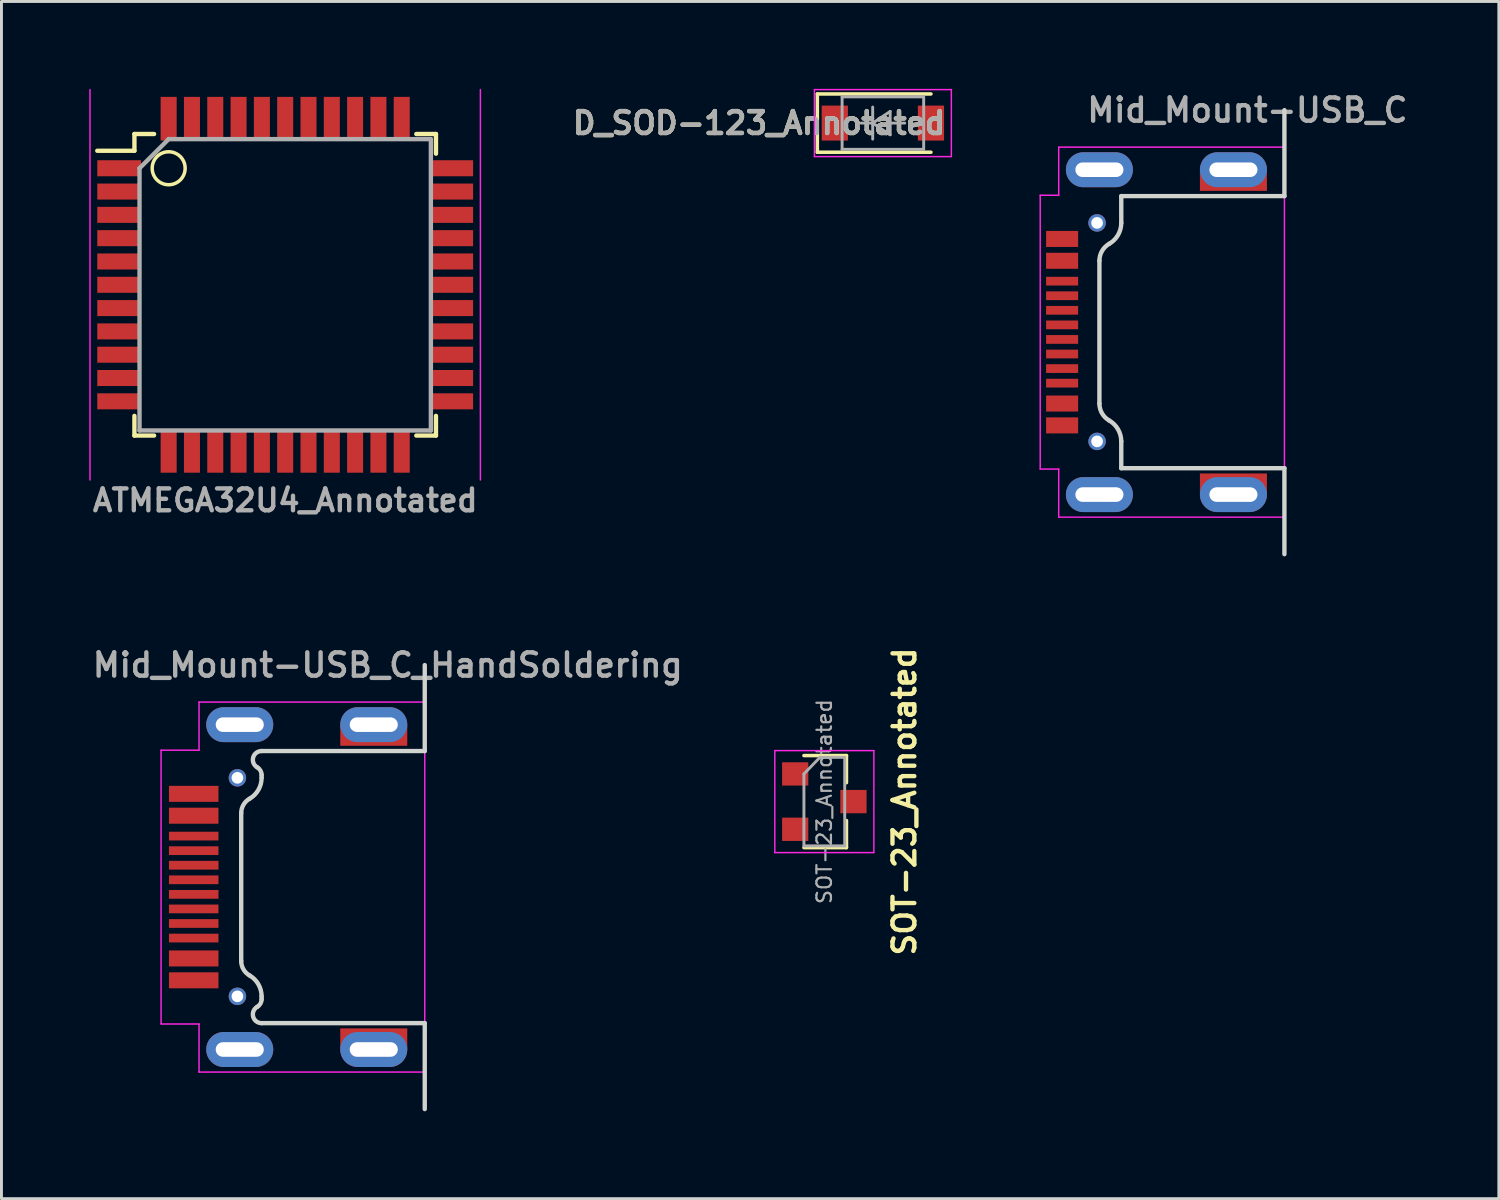
<source format=kicad_pcb>
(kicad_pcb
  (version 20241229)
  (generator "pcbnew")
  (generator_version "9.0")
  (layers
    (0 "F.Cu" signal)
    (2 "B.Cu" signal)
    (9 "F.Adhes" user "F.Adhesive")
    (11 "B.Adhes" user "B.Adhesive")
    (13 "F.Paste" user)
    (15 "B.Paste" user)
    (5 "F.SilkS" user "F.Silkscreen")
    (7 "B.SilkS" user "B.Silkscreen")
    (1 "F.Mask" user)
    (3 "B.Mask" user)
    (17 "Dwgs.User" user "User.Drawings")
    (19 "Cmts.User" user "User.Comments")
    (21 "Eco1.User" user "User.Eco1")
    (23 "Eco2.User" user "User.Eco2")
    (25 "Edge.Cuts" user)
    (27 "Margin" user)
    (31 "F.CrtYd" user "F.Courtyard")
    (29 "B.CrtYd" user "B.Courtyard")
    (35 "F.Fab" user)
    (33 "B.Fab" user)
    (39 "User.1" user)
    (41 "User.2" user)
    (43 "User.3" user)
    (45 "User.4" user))
  (footprint "ATMEGA32U4_Annotated"
    (layer "F.Cu")
    (at 6.739 6.725)
    (property "Reference" "ATMEGA32U4_Annotated" (at 0 7.4 0) (layer "F.Fab") (effects (font (size 0.75 0.75) (thickness 0.15))))
    (attr through_hole)
    (fp_line (start -5.175 -5.175) (end -5.175 -4.6) (stroke (width 0.15) (type solid)) (layer "F.SilkS"))
    (fp_line (start -5.175 -5.175) (end -4.5 -5.175) (stroke (width 0.15) (type solid)) (layer "F.SilkS"))
    (fp_line (start -5.175 -4.6) (end -6.45 -4.6) (stroke (width 0.15) (type solid)) (layer "F.SilkS"))
    (fp_line (start -5.175 5.175) (end -5.175 4.5) (stroke (width 0.15) (type solid)) (layer "F.SilkS"))
    (fp_line (start -5.175 5.175) (end -4.5 5.175) (stroke (width 0.15) (type solid)) (layer "F.SilkS"))
    (fp_line (start 5.175 -5.175) (end 4.5 -5.175) (stroke (width 0.15) (type solid)) (layer "F.SilkS"))
    (fp_line (start 5.175 -5.175) (end 5.175 -4.5) (stroke (width 0.15) (type solid)) (layer "F.SilkS"))
    (fp_line (start 5.175 5.175) (end 4.5 5.175) (stroke (width 0.15) (type solid)) (layer "F.SilkS"))
    (fp_line (start 5.175 5.175) (end 5.175 4.5) (stroke (width 0.15) (type solid)) (layer "F.SilkS"))
    (fp_circle (center -4 -4) (end -4.4 -4.4) (stroke (width 0.12) (type solid)) (fill no) (layer "F.SilkS"))
    (fp_line (start -6.7 -6.7) (end -6.7 6.7) (stroke (width 0.05) (type solid)) (layer "F.CrtYd"))
    (fp_line (start 6.7 -6.7) (end 6.7 6.7) (stroke (width 0.05) (type solid)) (layer "F.CrtYd"))
    (fp_line (start -5 -4) (end -4 -5) (stroke (width 0.15) (type solid)) (layer "F.Fab"))
    (fp_line (start -5 5) (end -5 -4) (stroke (width 0.15) (type solid)) (layer "F.Fab"))
    (fp_line (start -4 -5) (end 5 -5) (stroke (width 0.15) (type solid)) (layer "F.Fab"))
    (fp_line (start 5 -5) (end 5 5) (stroke (width 0.15) (type solid)) (layer "F.Fab"))
    (fp_line (start 5 5) (end -5 5) (stroke (width 0.15) (type solid)) (layer "F.Fab"))
    (pad "1" smd rect (at -5.7 -4) (size 1.5 0.55) (layers "F.Cu" "F.Mask" "F.Paste"))
    (pad "2" smd rect (at -5.7 -3.2) (size 1.5 0.55) (layers "F.Cu" "F.Mask" "F.Paste"))
    (pad "3" smd rect (at -5.7 -2.4) (size 1.5 0.55) (layers "F.Cu" "F.Mask" "F.Paste"))
    (pad "4" smd rect (at -5.7 -1.6) (size 1.5 0.55) (layers "F.Cu" "F.Mask" "F.Paste"))
    (pad "5" smd rect (at -5.7 -0.8) (size 1.5 0.55) (layers "F.Cu" "F.Mask" "F.Paste"))
    (pad "6" smd rect (at -5.7 0) (size 1.5 0.55) (layers "F.Cu" "F.Mask" "F.Paste"))
    (pad "7" smd rect (at -5.7 0.8) (size 1.5 0.55) (layers "F.Cu" "F.Mask" "F.Paste"))
    (pad "8" smd rect (at -5.7 1.6) (size 1.5 0.55) (layers "F.Cu" "F.Mask" "F.Paste"))
    (pad "9" smd rect (at -5.7 2.4) (size 1.5 0.55) (layers "F.Cu" "F.Mask" "F.Paste"))
    (pad "10" smd rect (at -5.7 3.2) (size 1.5 0.55) (layers "F.Cu" "F.Mask" "F.Paste"))
    (pad "11" smd rect (at -5.7 4) (size 1.5 0.55) (layers "F.Cu" "F.Mask" "F.Paste"))
    (pad "12" smd rect (at -4 5.7 90) (size 1.5 0.55) (layers "F.Cu" "F.Mask" "F.Paste"))
    (pad "13" smd rect (at -3.2 5.7 90) (size 1.5 0.55) (layers "F.Cu" "F.Mask" "F.Paste"))
    (pad "14" smd rect (at -2.4 5.7 90) (size 1.5 0.55) (layers "F.Cu" "F.Mask" "F.Paste"))
    (pad "15" smd rect (at -1.6 5.7 90) (size 1.5 0.55) (layers "F.Cu" "F.Mask" "F.Paste"))
    (pad "16" smd rect (at -0.8 5.7 90) (size 1.5 0.55) (layers "F.Cu" "F.Mask" "F.Paste"))
    (pad "17" smd rect (at 0 5.7 90) (size 1.5 0.55) (layers "F.Cu" "F.Mask" "F.Paste"))
    (pad "18" smd rect (at 0.8 5.7 90) (size 1.5 0.55) (layers "F.Cu" "F.Mask" "F.Paste"))
    (pad "19" smd rect (at 1.6 5.7 90) (size 1.5 0.55) (layers "F.Cu" "F.Mask" "F.Paste"))
    (pad "20" smd rect (at 2.4 5.7 90) (size 1.5 0.55) (layers "F.Cu" "F.Mask" "F.Paste"))
    (pad "21" smd rect (at 3.2 5.7 90) (size 1.5 0.55) (layers "F.Cu" "F.Mask" "F.Paste"))
    (pad "22" smd rect (at 4 5.7 90) (size 1.5 0.55) (layers "F.Cu" "F.Mask" "F.Paste"))
    (pad "23" smd rect (at 5.7 4) (size 1.5 0.55) (layers "F.Cu" "F.Mask" "F.Paste"))
    (pad "24" smd rect (at 5.7 3.2) (size 1.5 0.55) (layers "F.Cu" "F.Mask" "F.Paste"))
    (pad "25" smd rect (at 5.7 2.4) (size 1.5 0.55) (layers "F.Cu" "F.Mask" "F.Paste"))
    (pad "26" smd rect (at 5.7 1.6) (size 1.5 0.55) (layers "F.Cu" "F.Mask" "F.Paste"))
    (pad "27" smd rect (at 5.7 0.8) (size 1.5 0.55) (layers "F.Cu" "F.Mask" "F.Paste"))
    (pad "28" smd rect (at 5.7 0) (size 1.5 0.55) (layers "F.Cu" "F.Mask" "F.Paste"))
    (pad "29" smd rect (at 5.7 -0.8) (size 1.5 0.55) (layers "F.Cu" "F.Mask" "F.Paste"))
    (pad "30" smd rect (at 5.7 -1.6) (size 1.5 0.55) (layers "F.Cu" "F.Mask" "F.Paste"))
    (pad "31" smd rect (at 5.7 -2.4) (size 1.5 0.55) (layers "F.Cu" "F.Mask" "F.Paste"))
    (pad "32" smd rect (at 5.7 -3.2) (size 1.5 0.55) (layers "F.Cu" "F.Mask" "F.Paste"))
    (pad "33" smd rect (at 5.7 -4) (size 1.5 0.55) (layers "F.Cu" "F.Mask" "F.Paste"))
    (pad "34" smd rect (at 4 -5.7 90) (size 1.5 0.55) (layers "F.Cu" "F.Mask" "F.Paste"))
    (pad "35" smd rect (at 3.2 -5.7 90) (size 1.5 0.55) (layers "F.Cu" "F.Mask" "F.Paste"))
    (pad "36" smd rect (at 2.4 -5.7 90) (size 1.5 0.55) (layers "F.Cu" "F.Mask" "F.Paste"))
    (pad "37" smd rect (at 1.6 -5.7 90) (size 1.5 0.55) (layers "F.Cu" "F.Mask" "F.Paste"))
    (pad "38" smd rect (at 0.8 -5.7 90) (size 1.5 0.55) (layers "F.Cu" "F.Mask" "F.Paste"))
    (pad "39" smd rect (at 0 -5.7 90) (size 1.5 0.55) (layers "F.Cu" "F.Mask" "F.Paste"))
    (pad "40" smd rect (at -0.8 -5.7 90) (size 1.5 0.55) (layers "F.Cu" "F.Mask" "F.Paste"))
    (pad "41" smd rect (at -1.6 -5.7 90) (size 1.5 0.55) (layers "F.Cu" "F.Mask" "F.Paste"))
    (pad "42" smd rect (at -2.4 -5.7 90) (size 1.5 0.55) (layers "F.Cu" "F.Mask" "F.Paste"))
    (pad "43" smd rect (at -3.2 -5.7 90) (size 1.5 0.55) (layers "F.Cu" "F.Mask" "F.Paste"))
    (pad "44" smd rect (at -4 -5.7 90) (size 1.5 0.55) (layers "F.Cu" "F.Mask" "F.Paste")))
  (footprint "Mid_Mount-USB_C_HandSoldering"
    (layer "F.Cu")
    (at 11.529 27.398)
    (property "Reference" "Mid_Mount-USB_C_HandSoldering" (at -1.27 -7.62 0) (layer "F.Fab") (effects (font (size 0.8 0.8) (thickness 0.15))))
    (attr through_hole)
    (fp_line (start -6.3 2.538) (end -6.3 -2.538) (stroke (width 0.15) (type solid)) (layer "Edge.Cuts"))
    (fp_line (start -5.6 -4.67) (end 0 -4.67) (stroke (width 0.15) (type solid)) (layer "Edge.Cuts"))
    (fp_line (start -5.6 -3.85) (end -5.6 -3.75) (stroke (width 0.15) (type solid)) (layer "Edge.Cuts"))
    (fp_line (start -5.6 3.85) (end -5.6 3.75) (stroke (width 0.15) (type solid)) (layer "Edge.Cuts"))
    (fp_line (start 0 -4.67) (end 0 -7.62) (stroke (width 0.15) (type solid)) (layer "Edge.Cuts"))
    (fp_line (start 0 4.67) (end -5.6 4.67) (stroke (width 0.15) (type solid)) (layer "Edge.Cuts"))
    (fp_line (start 0 7.62) (end 0 4.67) (stroke (width 0.15) (type solid)) (layer "Edge.Cuts"))
    (fp_arc (start -6.3 -2.537565) (mid -6.223635 -2.822565) (end -6.015 -3.031199) (stroke (width 0.15) (type solid)) (layer "Edge.Cuts"))
    (fp_arc (start -6.015 3.031199) (mid -6.223634 2.822565) (end -6.3 2.537565) (stroke (width 0.15) (type solid)) (layer "Edge.Cuts"))
    (fp_arc (start -6.015 3.031199) (mid -5.711199 3.335) (end -5.6 3.75) (stroke (width 0.15) (type solid)) (layer "Edge.Cuts"))
    (fp_arc (start -5.75 -4.110192) (mid -5.889778 -4.447646) (end -5.6 -4.67) (stroke (width 0.15) (type solid)) (layer "Edge.Cuts"))
    (fp_arc (start -5.75 -4.110192) (mid -5.640192 -4.000384) (end -5.6 -3.850384) (stroke (width 0.15) (type solid)) (layer "Edge.Cuts"))
    (fp_arc (start -5.6 -3.75) (mid -5.711199 -3.335) (end -6.015 -3.031199) (stroke (width 0.15) (type solid)) (layer "Edge.Cuts"))
    (fp_arc (start -5.6 3.850384) (mid -5.640192 4.000384) (end -5.75 4.110192) (stroke (width 0.15) (type solid)) (layer "Edge.Cuts"))
    (fp_arc (start -5.6 4.67) (mid -5.889778 4.447646) (end -5.75 4.110192) (stroke (width 0.15) (type solid)) (layer "Edge.Cuts"))
    (fp_line (start -9.05 -4.7) (end -9.05 4.698) (stroke (width 0.05) (type solid)) (layer "F.CrtYd"))
    (fp_line (start -9.05 4.699) (end -7.747 4.699) (stroke (width 0.05) (type solid)) (layer "F.CrtYd"))
    (fp_line (start -7.747 -6.35) (end -7.747 -4.699) (stroke (width 0.05) (type solid)) (layer "F.CrtYd"))
    (fp_line (start -7.747 -4.699) (end -9.05 -4.699) (stroke (width 0.05) (type solid)) (layer "F.CrtYd"))
    (fp_line (start -7.747 6.35) (end -7.747 4.699) (stroke (width 0.05) (type solid)) (layer "F.CrtYd"))
    (fp_line (start 0 -6.35) (end -7.747 -6.35) (stroke (width 0.05) (type solid)) (layer "F.CrtYd"))
    (fp_line (start 0 6.35) (end -7.747 6.35) (stroke (width 0.05) (type solid)) (layer "F.CrtYd"))
    (fp_line (start 0 6.35) (end 0 -6.35) (stroke (width 0.05) (type solid)) (layer "F.CrtYd"))
    (pad "" np_thru_hole circle (at -6.43 -3.75 90) (size 0.6 0.6) (drill 0.4) (layers "*.Cu" "*.Mask"))
    (pad "" np_thru_hole circle (at -6.43 3.75 90) (size 0.6 0.6) (drill 0.4) (layers "*.Cu" "*.Mask"))
    (pad "A1B12" smd rect (at -7.93 3.2 90) (size 0.55 1.7) (layers "F.Cu" "F.Mask" "F.Paste"))
    (pad "A4B9" smd rect (at -7.93 2.45 90) (size 0.55 1.7) (layers "F.Cu" "F.Mask" "F.Paste"))
    (pad "A5" smd rect (at -7.93 1.25 90) (size 0.3 1.7) (layers "F.Cu" "F.Mask" "F.Paste"))
    (pad "A6" smd rect (at -7.93 0.25 90) (size 0.3 1.7) (layers "F.Cu" "F.Mask" "F.Paste"))
    (pad "A7" smd rect (at -7.93 -0.25 90) (size 0.3 1.7) (layers "F.Cu" "F.Mask" "F.Paste"))
    (pad "A8" smd rect (at -7.93 -1.25 90) (size 0.3 1.7) (layers "F.Cu" "F.Mask" "F.Paste"))
    (pad "B1A12" smd rect (at -7.93 -3.2 90) (size 0.55 1.7) (layers "F.Cu" "F.Mask" "F.Paste"))
    (pad "B4A9" smd rect (at -7.93 -2.45 90) (size 0.55 1.7) (layers "F.Cu" "F.Mask" "F.Paste"))
    (pad "B5" smd rect (at -7.93 -1.75 90) (size 0.3 1.7) (layers "F.Cu" "F.Mask" "F.Paste"))
    (pad "B6" smd rect (at -7.93 -0.75 90) (size 0.3 1.7) (layers "F.Cu" "F.Mask" "F.Paste"))
    (pad "B7" smd rect (at -7.93 0.75 90) (size 0.3 1.7) (layers "F.Cu" "F.Mask" "F.Paste"))
    (pad "B8" smd rect (at -7.93 1.75 90) (size 0.3 1.7) (layers "F.Cu" "F.Mask" "F.Paste"))
    (pad "S1" thru_hole oval (at -6.35 -5.575 90) (size 1.2 2.3) (drill oval 0.5 1.65) (layers "*.Cu" "*.Mask"))
    (pad "S1" thru_hole oval (at -6.35 5.575 90) (size 1.2 2.3) (drill oval 0.5 1.65) (layers "*.Cu" "*.Mask"))
    (pad "S1" thru_hole oval (at -1.75 -5.575 90) (size 1.2 2.3) (drill oval 0.5 1.65) (layers "*.Cu" "*.Mask"))
    (pad "S1" smd rect (at -1.75 -5.2 90) (size 0.7 2.3) (layers "F.Cu" "F.Mask"))
    (pad "S1" smd rect (at -1.75 5.2 90) (size 0.7 2.3) (layers "F.Cu" "F.Mask"))
    (pad "S1" thru_hole oval (at -1.75 5.575 90) (size 1.2 2.3) (drill oval 0.5 1.65) (layers "*.Cu" "*.Mask")))
  (footprint "SOT-23_Annotated"
    (layer "F.Cu")
    (at 25.244 24.464)
    (property "Reference" "SOT-23_Annotated" (at 2.75 0 90) (layer "F.SilkS") (effects (font (size 0.75 0.75) (thickness 0.15))))
    (attr smd)
    (fp_line (start 0.76 -1.58) (end -0.7 -1.58) (stroke (width 0.12) (type solid)) (layer "F.SilkS"))
    (fp_line (start 0.76 -1.58) (end 0.76 -0.65) (stroke (width 0.12) (type solid)) (layer "F.SilkS"))
    (fp_line (start 0.76 1.58) (end -0.7 1.58) (stroke (width 0.12) (type solid)) (layer "F.SilkS"))
    (fp_line (start 0.76 1.58) (end 0.76 0.65) (stroke (width 0.12) (type solid)) (layer "F.SilkS"))
    (fp_line (start -1.7 -1.75) (end 1.7 -1.75) (stroke (width 0.05) (type solid)) (layer "F.CrtYd"))
    (fp_line (start -1.7 1.75) (end -1.7 -1.75) (stroke (width 0.05) (type solid)) (layer "F.CrtYd"))
    (fp_line (start 1.7 -1.75) (end 1.7 1.75) (stroke (width 0.05) (type solid)) (layer "F.CrtYd"))
    (fp_line (start 1.7 1.75) (end -1.7 1.75) (stroke (width 0.05) (type solid)) (layer "F.CrtYd"))
    (fp_line (start -0.7 -0.95) (end -0.7 1.5) (stroke (width 0.1) (type solid)) (layer "F.Fab"))
    (fp_line (start -0.7 -0.95) (end -0.15 -1.52) (stroke (width 0.1) (type solid)) (layer "F.Fab"))
    (fp_line (start -0.7 1.52) (end 0.7 1.52) (stroke (width 0.1) (type solid)) (layer "F.Fab"))
    (fp_line (start -0.15 -1.52) (end 0.7 -1.52) (stroke (width 0.1) (type solid)) (layer "F.Fab"))
    (fp_line (start 0.7 -1.52) (end 0.7 1.52) (stroke (width 0.1) (type solid)) (layer "F.Fab"))
    (fp_text user "${REFERENCE}" (at 0 0 90) (layer "F.Fab") (effects (font (size 0.5 0.5) (thickness 0.075))))
    (pad "1" smd rect (at -1 -0.95) (size 0.9 0.8) (layers "F.Cu" "F.Mask" "F.Paste"))
    (pad "2" smd rect (at -1 0.95) (size 0.9 0.8) (layers "F.Cu" "F.Mask" "F.Paste"))
    (pad "3" smd rect (at 1 0) (size 0.9 0.8) (layers "F.Cu" "F.Mask" "F.Paste")))
  (footprint "Mid_Mount-USB_C"
    (layer "F.Cu")
    (at 41.036 8.351)
    (property "Reference" "Mid_Mount-USB_C" (at -1.27 -7.62 0) (layer "F.Fab") (effects (font (size 0.8 0.8) (thickness 0.15))))
    (attr through_hole)
    (fp_line (start -6.35 2.451) (end -6.35 -2.451) (stroke (width 0.15) (type solid)) (layer "Edge.Cuts"))
    (fp_line (start -5.6 -4.67) (end -5.6 -3.75) (stroke (width 0.15) (type solid)) (layer "Edge.Cuts"))
    (fp_line (start -5.6 -4.67) (end 0 -4.67) (stroke (width 0.15) (type solid)) (layer "Edge.Cuts"))
    (fp_line (start -5.6 4.67) (end -5.6 3.75) (stroke (width 0.15) (type solid)) (layer "Edge.Cuts"))
    (fp_line (start 0 -4.67) (end 0 -7.62) (stroke (width 0.15) (type solid)) (layer "Edge.Cuts"))
    (fp_line (start 0 4.67) (end -5.6 4.67) (stroke (width 0.15) (type solid)) (layer "Edge.Cuts"))
    (fp_line (start 0 7.62) (end 0 4.67) (stroke (width 0.15) (type solid)) (layer "Edge.Cuts"))
    (fp_arc (start -6.35 -2.450962) (mid -6.260237 -2.785962) (end -6.015 -3.031199) (stroke (width 0.15) (type solid)) (layer "Edge.Cuts"))
    (fp_arc (start -6.015 3.031199) (mid -6.260237 2.785962) (end -6.35 2.450962) (stroke (width 0.15) (type solid)) (layer "Edge.Cuts"))
    (fp_arc (start -6.015 3.031199) (mid -5.711199 3.335) (end -5.6 3.75) (stroke (width 0.15) (type solid)) (layer "Edge.Cuts"))
    (fp_arc (start -5.6 -3.75) (mid -5.711199 -3.335) (end -6.015 -3.031199) (stroke (width 0.15) (type solid)) (layer "Edge.Cuts"))
    (fp_line (start -8.382 -4.699) (end -8.382 4.699) (stroke (width 0.05) (type solid)) (layer "F.CrtYd"))
    (fp_line (start -8.382 4.699) (end -7.747 4.699) (stroke (width 0.05) (type solid)) (layer "F.CrtYd"))
    (fp_line (start -7.747 -6.35) (end -7.747 -4.699) (stroke (width 0.05) (type solid)) (layer "F.CrtYd"))
    (fp_line (start -7.747 -4.699) (end -8.382 -4.699) (stroke (width 0.05) (type solid)) (layer "F.CrtYd"))
    (fp_line (start -7.747 6.35) (end -7.747 4.699) (stroke (width 0.05) (type solid)) (layer "F.CrtYd"))
    (fp_line (start 0 -6.35) (end -7.747 -6.35) (stroke (width 0.05) (type solid)) (layer "F.CrtYd"))
    (fp_line (start 0 6.35) (end -7.747 6.35) (stroke (width 0.05) (type solid)) (layer "F.CrtYd"))
    (fp_line (start 0 6.35) (end 0 -6.35) (stroke (width 0.05) (type solid)) (layer "F.CrtYd"))
    (pad "" np_thru_hole circle (at -6.43 -3.75 90) (size 0.6 0.6) (drill 0.4) (layers "*.Cu" "*.Mask"))
    (pad "" np_thru_hole circle (at -6.43 3.75 90) (size 0.6 0.6) (drill 0.4) (layers "*.Cu" "*.Mask"))
    (pad "A1B12" smd rect (at -7.63 3.2 90) (size 0.55 1.1) (layers "F.Cu" "F.Mask" "F.Paste"))
    (pad "A4B9" smd rect (at -7.63 2.45 90) (size 0.55 1.1) (layers "F.Cu" "F.Mask" "F.Paste"))
    (pad "A5" smd rect (at -7.63 1.25 90) (size 0.3 1.1) (layers "F.Cu" "F.Mask" "F.Paste"))
    (pad "A6" smd rect (at -7.63 0.25 90) (size 0.3 1.1) (layers "F.Cu" "F.Mask" "F.Paste"))
    (pad "A7" smd rect (at -7.63 -0.25 90) (size 0.3 1.1) (layers "F.Cu" "F.Mask" "F.Paste"))
    (pad "A8" smd rect (at -7.63 -1.25 90) (size 0.3 1.1) (layers "F.Cu" "F.Mask" "F.Paste"))
    (pad "B1A12" smd rect (at -7.63 -3.2 90) (size 0.55 1.1) (layers "F.Cu" "F.Mask" "F.Paste"))
    (pad "B4A9" smd rect (at -7.63 -2.45 90) (size 0.55 1.1) (layers "F.Cu" "F.Mask" "F.Paste"))
    (pad "B5" smd rect (at -7.63 -1.75 90) (size 0.3 1.1) (layers "F.Cu" "F.Mask" "F.Paste"))
    (pad "B6" smd rect (at -7.63 -0.75 90) (size 0.3 1.1) (layers "F.Cu" "F.Mask" "F.Paste"))
    (pad "B7" smd rect (at -7.63 0.75 90) (size 0.3 1.1) (layers "F.Cu" "F.Mask" "F.Paste"))
    (pad "B8" smd rect (at -7.63 1.75 90) (size 0.3 1.1) (layers "F.Cu" "F.Mask" "F.Paste"))
    (pad "S1" thru_hole oval (at -6.35 -5.575 90) (size 1.2 2.3) (drill oval 0.5 1.65) (layers "*.Cu" "*.Mask"))
    (pad "S1" thru_hole oval (at -6.35 5.575 90) (size 1.2 2.3) (drill oval 0.5 1.65) (layers "*.Cu" "*.Mask"))
    (pad "S1" thru_hole oval (at -1.75 -5.575 90) (size 1.2 2.3) (drill oval 0.5 1.65) (layers "*.Cu" "*.Mask"))
    (pad "S1" smd rect (at -1.75 -5.2 90) (size 0.7 2.3) (layers "F.Cu" "F.Mask"))
    (pad "S1" smd rect (at -1.75 5.2 90) (size 0.7 2.3) (layers "F.Cu" "F.Mask"))
    (pad "S1" thru_hole oval (at -1.75 5.575 90) (size 1.2 2.3) (drill oval 0.5 1.65) (layers "*.Cu" "*.Mask")))
  (footprint "D_SOD-123_Annotated"
    (layer "F.Cu")
    (at 27.254 1.175)
    (property "Reference" "D_SOD-123_Annotated" (at -4.25 0 0) (layer "F.SilkS") (effects (font (size 0.75 0.75) (thickness 0.15))))
    (attr smd)
    (fp_line (start -2.25 -1) (end -2.25 1) (stroke (width 0.12) (type solid)) (layer "F.SilkS"))
    (fp_line (start -2.25 -1) (end 1.65 -1) (stroke (width 0.12) (type solid)) (layer "F.SilkS"))
    (fp_line (start -2.25 1) (end 1.65 1) (stroke (width 0.12) (type solid)) (layer "F.SilkS"))
    (fp_line (start -2.35 -1.15) (end -2.35 1.15) (stroke (width 0.05) (type solid)) (layer "F.CrtYd"))
    (fp_line (start -2.35 -1.15) (end 2.35 -1.15) (stroke (width 0.05) (type solid)) (layer "F.CrtYd"))
    (fp_line (start 2.35 -1.15) (end 2.35 1.15) (stroke (width 0.05) (type solid)) (layer "F.CrtYd"))
    (fp_line (start 2.35 1.15) (end -2.35 1.15) (stroke (width 0.05) (type solid)) (layer "F.CrtYd"))
    (fp_line (start -1.4 -0.9) (end 1.4 -0.9) (stroke (width 0.1) (type solid)) (layer "F.Fab"))
    (fp_line (start -1.4 0.9) (end -1.4 -0.9) (stroke (width 0.1) (type solid)) (layer "F.Fab"))
    (fp_line (start -0.75 0) (end -0.35 0) (stroke (width 0.1) (type solid)) (layer "F.Fab"))
    (fp_line (start -0.35 0) (end -0.35 -0.55) (stroke (width 0.1) (type solid)) (layer "F.Fab"))
    (fp_line (start -0.35 0) (end -0.35 0.55) (stroke (width 0.1) (type solid)) (layer "F.Fab"))
    (fp_line (start -0.35 0) (end 0.25 -0.4) (stroke (width 0.1) (type solid)) (layer "F.Fab"))
    (fp_line (start 0.25 -0.4) (end 0.25 0.4) (stroke (width 0.1) (type solid)) (layer "F.Fab"))
    (fp_line (start 0.25 0) (end 0.75 0) (stroke (width 0.1) (type solid)) (layer "F.Fab"))
    (fp_line (start 0.25 0.4) (end -0.35 0) (stroke (width 0.1) (type solid)) (layer "F.Fab"))
    (fp_line (start 1.4 -0.9) (end 1.4 0.9) (stroke (width 0.1) (type solid)) (layer "F.Fab"))
    (fp_line (start 1.4 0.9) (end -1.4 0.9) (stroke (width 0.1) (type solid)) (layer "F.Fab"))
    (fp_text user "${REFERENCE}" (at -4.25 0 0) (layer "F.Fab") (effects (font (size 0.75 0.75) (thickness 0.15))))
    (pad "1" smd rect (at -1.65 0) (size 0.9 1.2) (layers "F.Cu" "F.Mask" "F.Paste"))
    (pad "2" smd rect (at 1.65 0) (size 0.9 1.2) (layers "F.Cu" "F.Mask" "F.Paste")))
  (gr_rect
    (start -3 -3)
    (end 48.396 38.093)
    (stroke (width 0.1) (type default))
    (fill no)
    (layer "Edge.Cuts")))
</source>
